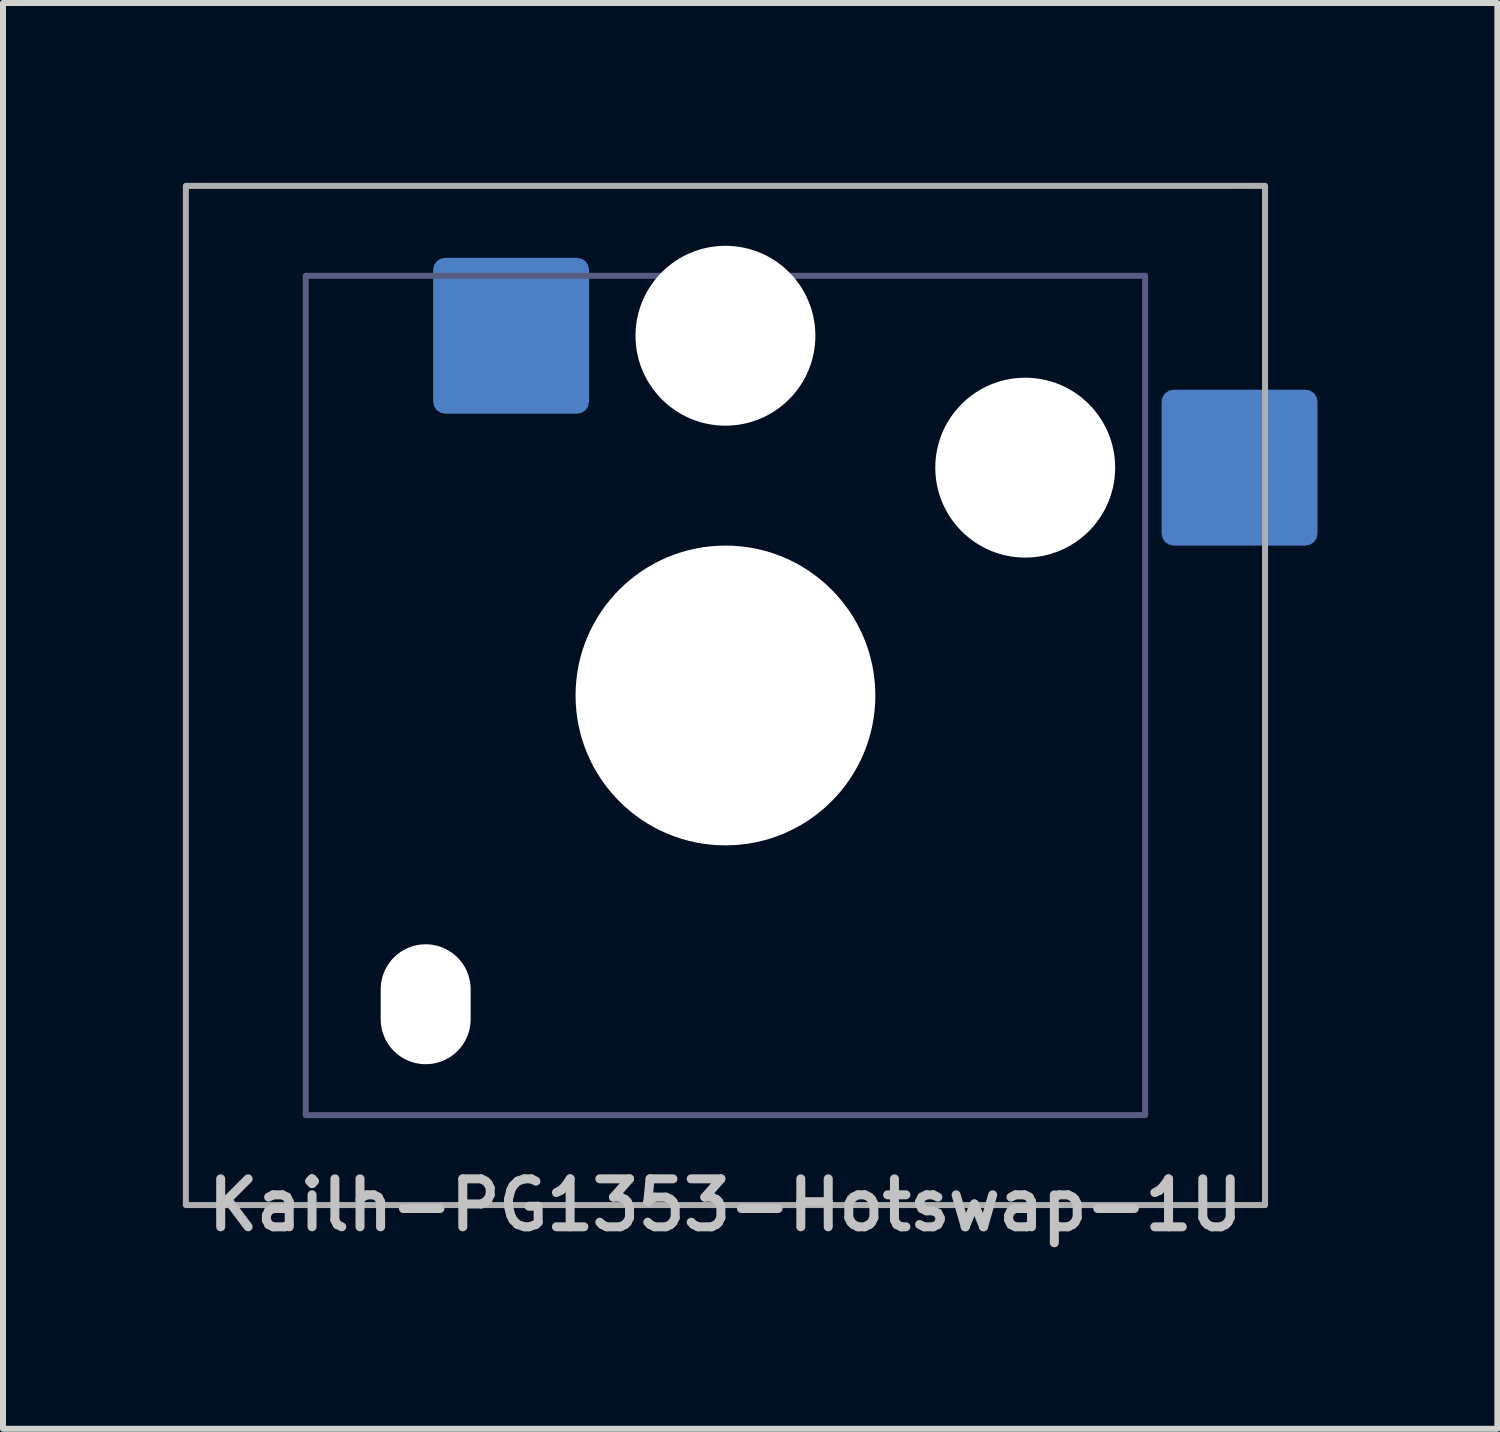
<source format=kicad_pcb>
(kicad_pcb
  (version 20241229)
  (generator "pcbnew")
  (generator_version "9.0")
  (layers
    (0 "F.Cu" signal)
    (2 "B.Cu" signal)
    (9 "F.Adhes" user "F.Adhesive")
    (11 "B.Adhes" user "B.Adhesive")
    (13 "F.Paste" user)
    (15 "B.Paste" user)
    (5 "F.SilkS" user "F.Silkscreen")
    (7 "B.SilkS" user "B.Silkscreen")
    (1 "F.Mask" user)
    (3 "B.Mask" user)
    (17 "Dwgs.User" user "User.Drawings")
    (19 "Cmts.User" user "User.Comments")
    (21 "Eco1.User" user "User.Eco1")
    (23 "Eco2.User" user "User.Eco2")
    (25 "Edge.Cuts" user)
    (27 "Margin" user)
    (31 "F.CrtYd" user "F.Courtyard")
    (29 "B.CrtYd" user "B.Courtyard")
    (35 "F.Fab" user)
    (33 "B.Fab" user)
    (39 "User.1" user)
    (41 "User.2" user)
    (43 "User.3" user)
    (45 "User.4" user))
  (footprint "Kailh-PG1353-Hotswap-1U"
    (layer "F.Cu")
    (at 9.05 8.55)
    (property "Reference" "Kailh-PG1353-Hotswap-1U" (at 0 8.5 0) (layer "Dwgs.User") (effects (font (size 0.8 0.8) (thickness 0.15))))
    (attr smd)
    (fp_rect (start -7 -7) (end 7 7) (stroke (width 0.1) (type solid)) (fill no) (layer "B.Fab"))
    (fp_rect (start -9 -8.5) (end 9 8.5) (stroke (width 0.1) (type solid)) (fill no) (layer "F.Fab"))
    (pad "" np_thru_hole oval (at -5 5.15 180) (size 1.5 2) (drill oval 1.5 2) (layers "*.Cu" "*.Mask"))
    (pad "" np_thru_hole circle (at 0 -6 180) (size 3 3) (drill 3) (layers "*.Cu" "*.Mask"))
    (pad "" np_thru_hole circle (at 0 0 180) (size 5 5) (drill 5.1) (layers "*.Cu" "*.Mask"))
    (pad "" np_thru_hole circle (at 5 -3.8 180) (size 3 3) (drill 3) (layers "*.Cu" "*.Mask"))
    (pad "1" smd roundrect (at 8.575 -3.8 180) (size 2.6 2.6) (layers "B.Cu" "B.Mask" "B.Paste") (roundrect_rratio 0.077))
    (pad "2" smd roundrect (at -3.575 -6 180) (size 2.6 2.6) (layers "B.Cu" "B.Mask" "B.Paste") (roundrect_rratio 0.077)))
  (gr_rect
    (start -3 -3)
    (end 21.925 20.781)
    (stroke (width 0.1) (type default))
    (fill no)
    (layer "Edge.Cuts")))
</source>
